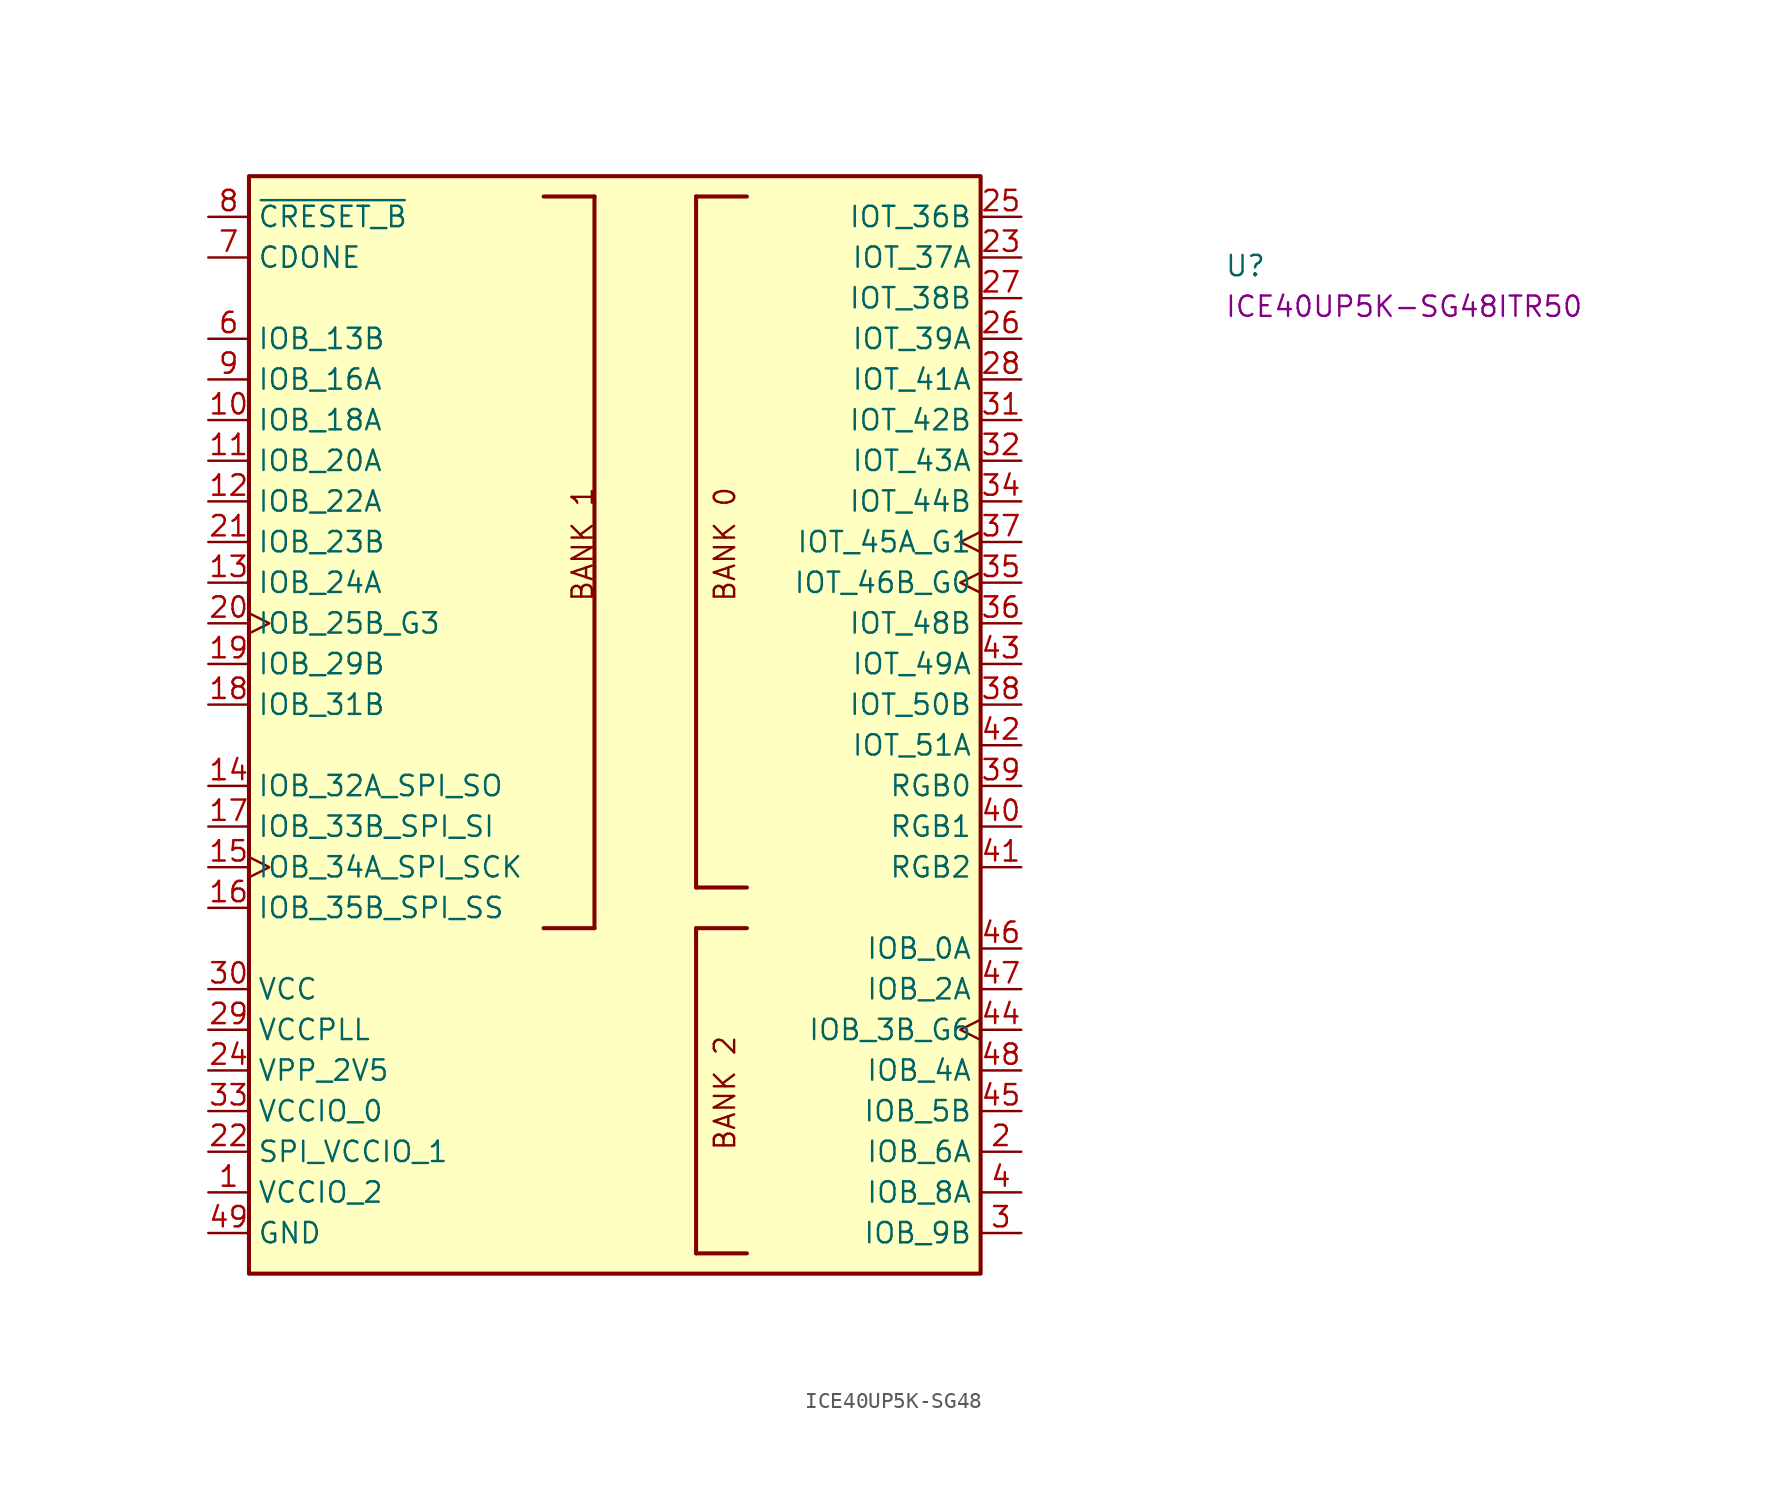
<source format=kicad_sym>
(kicad_symbol_lib
  (version 20220914)
  (generator kicad_symbol_editor)
  (symbol "ICE40UP5K-SG48"
    (property "Reference" "U"
      (at 63.5 -3.81 0)
      (effects (font (size 1.27 1.27) (thickness 0.15)) (justify left bottom)))
    (property "MPN" "ICE40UP5K-SG48ITR50"
      (at 63.5 -6.35 0)
      (effects (font (size 1.27 1.27) (thickness 0.15)) (justify left bottom)))
    (symbol "ICE40UP5K-SG48_1_1"
      (polyline (pts (xy 20.955 -44.45) (xy 24.13 -44.45)) (stroke (width 0.254) (type default)) (fill (type background)))
      (polyline (pts (xy 24.13 -44.45) (xy 24.13 1.27)) (stroke (width 0.254) (type default)) (fill (type background)))
      (polyline (pts (xy 24.13 1.27) (xy 20.955 1.27)) (stroke (width 0.254) (type default)) (fill (type background)))
      (polyline (pts (xy 30.48 -64.77) (xy 33.655 -64.77)) (stroke (width 0.254) (type default)) (fill (type background)))
      (polyline (pts (xy 30.48 -44.45) (xy 30.48 -64.77)) (stroke (width 0.254) (type default)) (fill (type background)))
      (polyline (pts (xy 30.48 -41.91) (xy 33.655 -41.91)) (stroke (width 0.254) (type default)) (fill (type background)))
      (polyline (pts (xy 30.48 1.27) (xy 30.48 -41.91)) (stroke (width 0.254) (type default)) (fill (type background)))
      (polyline (pts (xy 33.655 -44.45) (xy 30.48 -44.45)) (stroke (width 0.254) (type default)) (fill (type background)))
      (polyline (pts (xy 33.655 1.27) (xy 30.48 1.27)) (stroke (width 0.254) (type default)) (fill (type background)))
      (rectangle (start 2.54 2.54) (end 48.26 -66.04) (stroke (width 0.254) (type default)) (fill (type background)))
      (text "BANK 0" (at 33.02 -24.13 900) (effects (font (size 1.27 1.27) (thickness 0.15)) (justify left bottom)))
      (text "BANK 1" (at 24.13 -24.13 900) (effects (font (size 1.27 1.27) (thickness 0.15)) (justify left bottom)))
      (text "BANK 2" (at 33.02 -58.42 900) (effects (font (size 1.27 1.27) (thickness 0.15)) (justify left bottom)))
      (pin power_in line (at 0 -60.96 0) (length 2.54) (name "VCCIO_2" (effects (font (size 1.27 1.27)))) (number "1" (effects (font (size 1.27 1.27)))))
      (pin bidirectional line (at 0 -12.7 0) (length 2.54) (name "IOB_18A" (effects (font (size 1.27 1.27)))) (number "10" (effects (font (size 1.27 1.27)))))
      (pin bidirectional line (at 0 -15.24 0) (length 2.54) (name "IOB_20A" (effects (font (size 1.27 1.27)))) (number "11" (effects (font (size 1.27 1.27)))))
      (pin bidirectional line (at 0 -17.78 0) (length 2.54) (name "IOB_22A" (effects (font (size 1.27 1.27)))) (number "12" (effects (font (size 1.27 1.27)))))
      (pin bidirectional line (at 0 -22.86 0) (length 2.54) (name "IOB_24A" (effects (font (size 1.27 1.27)))) (number "13" (effects (font (size 1.27 1.27)))))
      (pin bidirectional line (at 0 -35.56 0) (length 2.54) (name "IOB_32A_SPI_SO" (effects (font (size 1.27 1.27)))) (number "14" (effects (font (size 1.27 1.27)))))
      (pin bidirectional clock (at 0 -40.64 0) (length 2.54) (name "IOB_34A_SPI_SCK" (effects (font (size 1.27 1.27)))) (number "15" (effects (font (size 1.27 1.27)))))
      (pin bidirectional line (at 0 -43.18 0) (length 2.54) (name "IOB_35B_SPI_SS" (effects (font (size 1.27 1.27)))) (number "16" (effects (font (size 1.27 1.27)))))
      (pin bidirectional line (at 0 -38.1 0) (length 2.54) (name "IOB_33B_SPI_SI" (effects (font (size 1.27 1.27)))) (number "17" (effects (font (size 1.27 1.27)))))
      (pin bidirectional line (at 0 -30.48 0) (length 2.54) (name "IOB_31B" (effects (font (size 1.27 1.27)))) (number "18" (effects (font (size 1.27 1.27)))))
      (pin bidirectional line (at 0 -27.94 0) (length 2.54) (name "IOB_29B" (effects (font (size 1.27 1.27)))) (number "19" (effects (font (size 1.27 1.27)))))
      (pin bidirectional line (at 50.8 -58.42 180) (length 2.54) (name "IOB_6A" (effects (font (size 1.27 1.27)))) (number "2" (effects (font (size 1.27 1.27)))))
      (pin bidirectional clock (at 0 -25.4 0) (length 2.54) (name "IOB_25B_G3" (effects (font (size 1.27 1.27)))) (number "20" (effects (font (size 1.27 1.27)))))
      (pin bidirectional line (at 0 -20.32 0) (length 2.54) (name "IOB_23B" (effects (font (size 1.27 1.27)))) (number "21" (effects (font (size 1.27 1.27)))))
      (pin power_in line (at 0 -58.42 0) (length 2.54) (name "SPI_VCCIO_1" (effects (font (size 1.27 1.27)))) (number "22" (effects (font (size 1.27 1.27)))))
      (pin bidirectional line (at 50.8 -2.54 180) (length 2.54) (name "IOT_37A" (effects (font (size 1.27 1.27)))) (number "23" (effects (font (size 1.27 1.27)))))
      (pin power_in line (at 0 -53.34 0) (length 2.54) (name "VPP_2V5" (effects (font (size 1.27 1.27)))) (number "24" (effects (font (size 1.27 1.27)))))
      (pin bidirectional line (at 50.8 0 180) (length 2.54) (name "IOT_36B" (effects (font (size 1.27 1.27)))) (number "25" (effects (font (size 1.27 1.27)))))
      (pin bidirectional line (at 50.8 -7.62 180) (length 2.54) (name "IOT_39A" (effects (font (size 1.27 1.27)))) (number "26" (effects (font (size 1.27 1.27)))))
      (pin bidirectional line (at 50.8 -5.08 180) (length 2.54) (name "IOT_38B" (effects (font (size 1.27 1.27)))) (number "27" (effects (font (size 1.27 1.27)))))
      (pin bidirectional line (at 50.8 -10.16 180) (length 2.54) (name "IOT_41A" (effects (font (size 1.27 1.27)))) (number "28" (effects (font (size 1.27 1.27)))))
      (pin power_in line (at 0 -50.8 0) (length 2.54) (name "VCCPLL" (effects (font (size 1.27 1.27)))) (number "29" (effects (font (size 1.27 1.27)))))
      (pin bidirectional line (at 50.8 -63.5 180) (length 2.54) (name "IOB_9B" (effects (font (size 1.27 1.27)))) (number "3" (effects (font (size 1.27 1.27)))))
      (pin passive line (at 0 -48.26 0) (length 2.54) (name "VCC" (effects (font (size 1.27 1.27)))) (number "30" (effects (font (size 1.27 1.27)))))
      (pin bidirectional line (at 50.8 -12.7 180) (length 2.54) (name "IOT_42B" (effects (font (size 1.27 1.27)))) (number "31" (effects (font (size 1.27 1.27)))))
      (pin bidirectional line (at 50.8 -15.24 180) (length 2.54) (name "IOT_43A" (effects (font (size 1.27 1.27)))) (number "32" (effects (font (size 1.27 1.27)))))
      (pin power_in line (at 0 -55.88 0) (length 2.54) (name "VCCIO_0" (effects (font (size 1.27 1.27)))) (number "33" (effects (font (size 1.27 1.27)))))
      (pin bidirectional line (at 50.8 -17.78 180) (length 2.54) (name "IOT_44B" (effects (font (size 1.27 1.27)))) (number "34" (effects (font (size 1.27 1.27)))))
      (pin bidirectional clock (at 50.8 -22.86 180) (length 2.54) (name "IOT_46B_G0" (effects (font (size 1.27 1.27)))) (number "35" (effects (font (size 1.27 1.27)))))
      (pin bidirectional line (at 50.8 -25.4 180) (length 2.54) (name "IOT_48B" (effects (font (size 1.27 1.27)))) (number "36" (effects (font (size 1.27 1.27)))))
      (pin bidirectional clock (at 50.8 -20.32 180) (length 2.54) (name "IOT_45A_G1" (effects (font (size 1.27 1.27)))) (number "37" (effects (font (size 1.27 1.27)))))
      (pin bidirectional line (at 50.8 -30.48 180) (length 2.54) (name "IOT_50B" (effects (font (size 1.27 1.27)))) (number "38" (effects (font (size 1.27 1.27)))))
      (pin bidirectional line (at 50.8 -35.56 180) (length 2.54) (name "RGB0" (effects (font (size 1.27 1.27)))) (number "39" (effects (font (size 1.27 1.27)))))
      (pin bidirectional line (at 50.8 -60.96 180) (length 2.54) (name "IOB_8A" (effects (font (size 1.27 1.27)))) (number "4" (effects (font (size 1.27 1.27)))))
      (pin bidirectional line (at 50.8 -38.1 180) (length 2.54) (name "RGB1" (effects (font (size 1.27 1.27)))) (number "40" (effects (font (size 1.27 1.27)))))
      (pin bidirectional line (at 50.8 -40.64 180) (length 2.54) (name "RGB2" (effects (font (size 1.27 1.27)))) (number "41" (effects (font (size 1.27 1.27)))))
      (pin bidirectional line (at 50.8 -33.02 180) (length 2.54) (name "IOT_51A" (effects (font (size 1.27 1.27)))) (number "42" (effects (font (size 1.27 1.27)))))
      (pin bidirectional line (at 50.8 -27.94 180) (length 2.54) (name "IOT_49A" (effects (font (size 1.27 1.27)))) (number "43" (effects (font (size 1.27 1.27)))))
      (pin bidirectional clock (at 50.8 -50.8 180) (length 2.54) (name "IOB_3B_G6" (effects (font (size 1.27 1.27)))) (number "44" (effects (font (size 1.27 1.27)))))
      (pin bidirectional line (at 50.8 -55.88 180) (length 2.54) (name "IOB_5B" (effects (font (size 1.27 1.27)))) (number "45" (effects (font (size 1.27 1.27)))))
      (pin bidirectional line (at 50.8 -45.72 180) (length 2.54) (name "IOB_0A" (effects (font (size 1.27 1.27)))) (number "46" (effects (font (size 1.27 1.27)))))
      (pin bidirectional line (at 50.8 -48.26 180) (length 2.54) (name "IOB_2A" (effects (font (size 1.27 1.27)))) (number "47" (effects (font (size 1.27 1.27)))))
      (pin bidirectional line (at 50.8 -53.34 180) (length 2.54) (name "IOB_4A" (effects (font (size 1.27 1.27)))) (number "48" (effects (font (size 1.27 1.27)))))
      (pin power_in line (at 0 -63.5 0) (length 2.54) (name "GND" (effects (font (size 1.27 1.27)))) (number "49" (effects (font (size 1.27 1.27)))))
      (pin passive line (at 0 -48.26 0) (length 2.54) hide (name "VCC" (effects (font (size 1.27 1.27)))) (number "5" (effects (font (size 1.27 1.27)))))
      (pin bidirectional line (at 0 -7.62 0) (length 2.54) (name "IOB_13B" (effects (font (size 1.27 1.27)))) (number "6" (effects (font (size 1.27 1.27)))))
      (pin bidirectional line (at 0 -2.54 0) (length 2.54) (name "CDONE" (effects (font (size 1.27 1.27)))) (number "7" (effects (font (size 1.27 1.27)))))
      (pin input line (at 0 0 0) (length 2.54) (name "~{CRESET_B}" (effects (font (size 1.27 1.27)))) (number "8" (effects (font (size 1.27 1.27)))))
      (pin bidirectional line (at 0 -10.16 0) (length 2.54) (name "IOB_16A" (effects (font (size 1.27 1.27)))) (number "9" (effects (font (size 1.27 1.27))))))))
</source>
